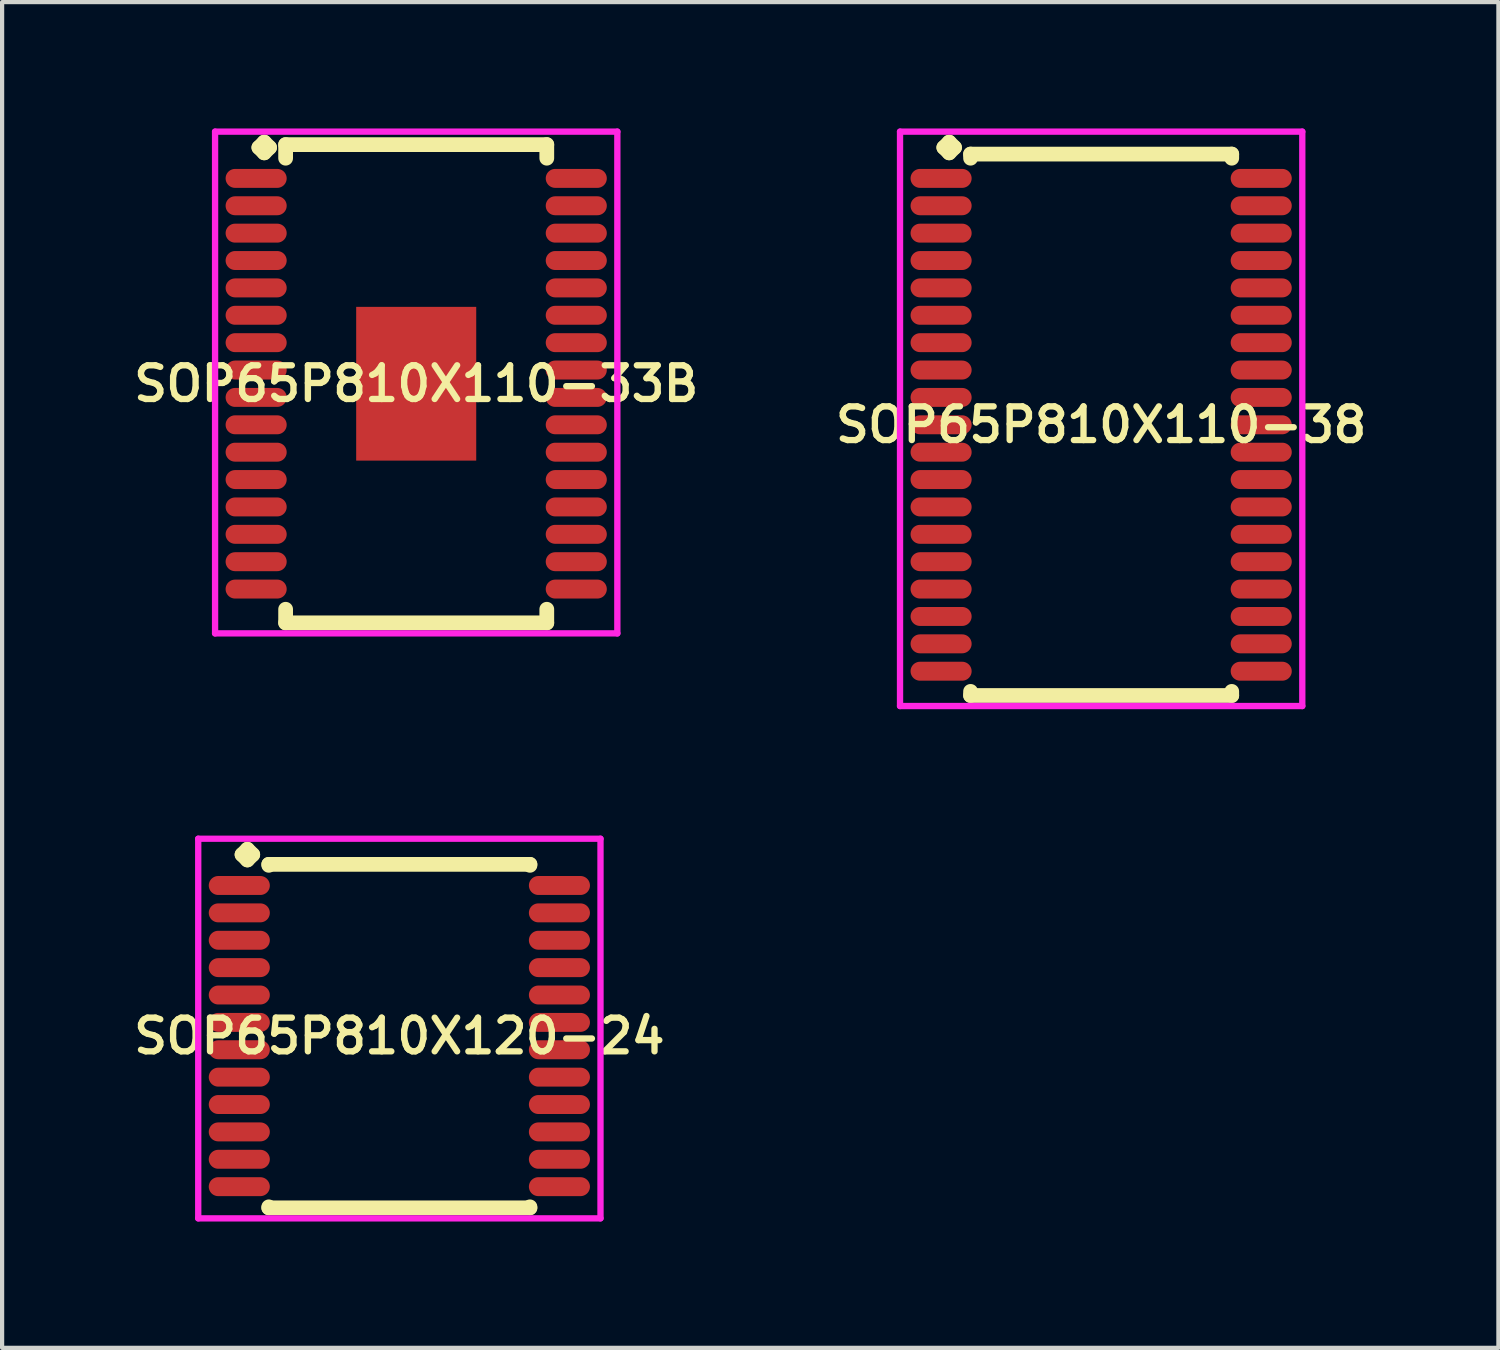
<source format=kicad_pcb>
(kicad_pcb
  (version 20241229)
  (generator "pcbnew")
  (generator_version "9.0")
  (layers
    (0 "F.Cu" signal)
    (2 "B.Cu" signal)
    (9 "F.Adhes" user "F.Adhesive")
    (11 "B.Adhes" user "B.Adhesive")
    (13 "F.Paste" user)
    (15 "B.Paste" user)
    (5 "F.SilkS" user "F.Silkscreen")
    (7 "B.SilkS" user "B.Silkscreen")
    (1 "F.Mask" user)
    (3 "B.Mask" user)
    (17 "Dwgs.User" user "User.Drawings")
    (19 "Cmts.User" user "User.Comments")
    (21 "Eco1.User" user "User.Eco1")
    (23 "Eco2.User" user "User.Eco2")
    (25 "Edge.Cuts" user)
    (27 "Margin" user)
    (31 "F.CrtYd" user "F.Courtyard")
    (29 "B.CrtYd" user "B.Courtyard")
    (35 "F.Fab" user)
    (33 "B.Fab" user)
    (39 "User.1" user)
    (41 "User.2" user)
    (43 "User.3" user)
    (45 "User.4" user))
  (footprint "SOP65P810X110-33B"
    (layer "F.Cu")
    (at 6.831 6.06)
    (property "Reference" "SOP65P810X110-33B" (at 0 0 0) (layer "F.SilkS") (effects (font (size 0.8 0.8) (thickness 0.15))))
    (attr smd)
    (fp_line (start -3.735 -5.608) (end -3.608 -5.735) (stroke (width 0.35) (type solid)) (layer "F.SilkS"))
    (fp_line (start -3.608 -5.735) (end -3.481 -5.608) (stroke (width 0.35) (type solid)) (layer "F.SilkS"))
    (fp_line (start -3.608 -5.481) (end -3.735 -5.608) (stroke (width 0.35) (type solid)) (layer "F.SilkS"))
    (fp_line (start -3.481 -5.608) (end -3.608 -5.481) (stroke (width 0.35) (type solid)) (layer "F.SilkS"))
    (fp_line (start -3.1 -5.677) (end 3.1 -5.677) (stroke (width 0.35) (type solid)) (layer "F.SilkS"))
    (fp_line (start -3.1 -5.354) (end -3.1 -5.677) (stroke (width 0.35) (type solid)) (layer "F.SilkS"))
    (fp_line (start -3.1 5.354) (end -3.1 5.677) (stroke (width 0.35) (type solid)) (layer "F.SilkS"))
    (fp_line (start -3.1 5.677) (end 3.1 5.677) (stroke (width 0.35) (type solid)) (layer "F.SilkS"))
    (fp_line (start 3.1 -5.677) (end 3.1 -5.354) (stroke (width 0.35) (type solid)) (layer "F.SilkS"))
    (fp_line (start 3.1 5.677) (end 3.1 5.354) (stroke (width 0.35) (type solid)) (layer "F.SilkS"))
    (fp_line (start -4.775 -5.985) (end 4.775 -5.985) (stroke (width 0.15) (type solid)) (layer "F.CrtYd"))
    (fp_line (start -4.775 5.927) (end -4.775 -5.985) (stroke (width 0.15) (type solid)) (layer "F.CrtYd"))
    (fp_line (start 4.775 -5.985) (end 4.775 5.927) (stroke (width 0.15) (type solid)) (layer "F.CrtYd"))
    (fp_line (start 4.775 5.927) (end -4.775 5.927) (stroke (width 0.15) (type solid)) (layer "F.CrtYd"))
    (pad "1" smd oval (at -3.8 -4.875) (size 1.45 0.45) (layers "F.Cu" "F.Mask" "F.Paste"))
    (pad "2" smd oval (at -3.8 -4.225) (size 1.45 0.45) (layers "F.Cu" "F.Mask" "F.Paste"))
    (pad "3" smd oval (at -3.8 -3.575) (size 1.45 0.45) (layers "F.Cu" "F.Mask" "F.Paste"))
    (pad "4" smd oval (at -3.8 -2.925) (size 1.45 0.45) (layers "F.Cu" "F.Mask" "F.Paste"))
    (pad "5" smd oval (at -3.8 -2.275) (size 1.45 0.45) (layers "F.Cu" "F.Mask" "F.Paste"))
    (pad "6" smd oval (at -3.8 -1.625) (size 1.45 0.45) (layers "F.Cu" "F.Mask" "F.Paste"))
    (pad "7" smd oval (at -3.8 -0.975) (size 1.45 0.45) (layers "F.Cu" "F.Mask" "F.Paste"))
    (pad "8" smd oval (at -3.8 -0.325) (size 1.45 0.45) (layers "F.Cu" "F.Mask" "F.Paste"))
    (pad "9" smd oval (at -3.8 0.325) (size 1.45 0.45) (layers "F.Cu" "F.Mask" "F.Paste"))
    (pad "10" smd oval (at -3.8 0.975) (size 1.45 0.45) (layers "F.Cu" "F.Mask" "F.Paste"))
    (pad "11" smd oval (at -3.8 1.625) (size 1.45 0.45) (layers "F.Cu" "F.Mask" "F.Paste"))
    (pad "12" smd oval (at -3.8 2.275) (size 1.45 0.45) (layers "F.Cu" "F.Mask" "F.Paste"))
    (pad "13" smd oval (at -3.8 2.925) (size 1.45 0.45) (layers "F.Cu" "F.Mask" "F.Paste"))
    (pad "14" smd oval (at -3.8 3.575) (size 1.45 0.45) (layers "F.Cu" "F.Mask" "F.Paste"))
    (pad "15" smd oval (at -3.8 4.225) (size 1.45 0.45) (layers "F.Cu" "F.Mask" "F.Paste"))
    (pad "16" smd oval (at -3.8 4.875) (size 1.45 0.45) (layers "F.Cu" "F.Mask" "F.Paste"))
    (pad "17" smd oval (at 3.8 4.875) (size 1.45 0.45) (layers "F.Cu" "F.Mask" "F.Paste"))
    (pad "18" smd oval (at 3.8 4.225) (size 1.45 0.45) (layers "F.Cu" "F.Mask" "F.Paste"))
    (pad "19" smd oval (at 3.8 3.575) (size 1.45 0.45) (layers "F.Cu" "F.Mask" "F.Paste"))
    (pad "20" smd oval (at 3.8 2.925) (size 1.45 0.45) (layers "F.Cu" "F.Mask" "F.Paste"))
    (pad "21" smd oval (at 3.8 2.275) (size 1.45 0.45) (layers "F.Cu" "F.Mask" "F.Paste"))
    (pad "22" smd oval (at 3.8 1.625) (size 1.45 0.45) (layers "F.Cu" "F.Mask" "F.Paste"))
    (pad "23" smd oval (at 3.8 0.975) (size 1.45 0.45) (layers "F.Cu" "F.Mask" "F.Paste"))
    (pad "24" smd oval (at 3.8 0.325) (size 1.45 0.45) (layers "F.Cu" "F.Mask" "F.Paste"))
    (pad "25" smd oval (at 3.8 -0.325) (size 1.45 0.45) (layers "F.Cu" "F.Mask" "F.Paste"))
    (pad "26" smd oval (at 3.8 -0.975) (size 1.45 0.45) (layers "F.Cu" "F.Mask" "F.Paste"))
    (pad "27" smd oval (at 3.8 -1.625) (size 1.45 0.45) (layers "F.Cu" "F.Mask" "F.Paste"))
    (pad "28" smd oval (at 3.8 -2.275) (size 1.45 0.45) (layers "F.Cu" "F.Mask" "F.Paste"))
    (pad "29" smd oval (at 3.8 -2.925) (size 1.45 0.45) (layers "F.Cu" "F.Mask" "F.Paste"))
    (pad "30" smd oval (at 3.8 -3.575) (size 1.45 0.45) (layers "F.Cu" "F.Mask" "F.Paste"))
    (pad "31" smd oval (at 3.8 -4.225) (size 1.45 0.45) (layers "F.Cu" "F.Mask" "F.Paste"))
    (pad "32" smd oval (at 3.8 -4.875) (size 1.45 0.45) (layers "F.Cu" "F.Mask" "F.Paste"))
    (pad "33" smd rect (at 0 0) (size 2.85 3.65) (layers "F.Cu" "F.Mask" "F.Paste")))
  (footprint "SOP65P810X120-24"
    (layer "F.Cu")
    (at 6.431 21.547)
    (property "Reference" "SOP65P810X120-24" (at 0 0 0) (layer "F.SilkS") (effects (font (size 0.8 0.8) (thickness 0.15))))
    (attr smd)
    (fp_line (start -3.735 -4.308) (end -3.608 -4.435) (stroke (width 0.35) (type solid)) (layer "F.SilkS"))
    (fp_line (start -3.608 -4.435) (end -3.481 -4.308) (stroke (width 0.35) (type solid)) (layer "F.SilkS"))
    (fp_line (start -3.608 -4.181) (end -3.735 -4.308) (stroke (width 0.35) (type solid)) (layer "F.SilkS"))
    (fp_line (start -3.481 -4.308) (end -3.608 -4.181) (stroke (width 0.35) (type solid)) (layer "F.SilkS"))
    (fp_line (start -3.1 -4.077) (end 3.1 -4.077) (stroke (width 0.35) (type solid)) (layer "F.SilkS"))
    (fp_line (start -3.1 -4.054) (end -3.1 -4.077) (stroke (width 0.35) (type solid)) (layer "F.SilkS"))
    (fp_line (start -3.1 4.054) (end -3.1 4.077) (stroke (width 0.35) (type solid)) (layer "F.SilkS"))
    (fp_line (start -3.1 4.077) (end 3.1 4.077) (stroke (width 0.35) (type solid)) (layer "F.SilkS"))
    (fp_line (start 3.1 -4.077) (end 3.1 -4.054) (stroke (width 0.35) (type solid)) (layer "F.SilkS"))
    (fp_line (start 3.1 4.077) (end 3.1 4.054) (stroke (width 0.35) (type solid)) (layer "F.SilkS"))
    (fp_line (start -4.775 -4.685) (end 4.775 -4.685) (stroke (width 0.15) (type solid)) (layer "F.CrtYd"))
    (fp_line (start -4.775 4.327) (end -4.775 -4.685) (stroke (width 0.15) (type solid)) (layer "F.CrtYd"))
    (fp_line (start 4.775 -4.685) (end 4.775 4.327) (stroke (width 0.15) (type solid)) (layer "F.CrtYd"))
    (fp_line (start 4.775 4.327) (end -4.775 4.327) (stroke (width 0.15) (type solid)) (layer "F.CrtYd"))
    (pad "1" smd oval (at -3.8 -3.575) (size 1.45 0.45) (layers "F.Cu" "F.Mask" "F.Paste"))
    (pad "2" smd oval (at -3.8 -2.925) (size 1.45 0.45) (layers "F.Cu" "F.Mask" "F.Paste"))
    (pad "3" smd oval (at -3.8 -2.275) (size 1.45 0.45) (layers "F.Cu" "F.Mask" "F.Paste"))
    (pad "4" smd oval (at -3.8 -1.625) (size 1.45 0.45) (layers "F.Cu" "F.Mask" "F.Paste"))
    (pad "5" smd oval (at -3.8 -0.975) (size 1.45 0.45) (layers "F.Cu" "F.Mask" "F.Paste"))
    (pad "6" smd oval (at -3.8 -0.325) (size 1.45 0.45) (layers "F.Cu" "F.Mask" "F.Paste"))
    (pad "7" smd oval (at -3.8 0.325) (size 1.45 0.45) (layers "F.Cu" "F.Mask" "F.Paste"))
    (pad "8" smd oval (at -3.8 0.975) (size 1.45 0.45) (layers "F.Cu" "F.Mask" "F.Paste"))
    (pad "9" smd oval (at -3.8 1.625) (size 1.45 0.45) (layers "F.Cu" "F.Mask" "F.Paste"))
    (pad "10" smd oval (at -3.8 2.275) (size 1.45 0.45) (layers "F.Cu" "F.Mask" "F.Paste"))
    (pad "11" smd oval (at -3.8 2.925) (size 1.45 0.45) (layers "F.Cu" "F.Mask" "F.Paste"))
    (pad "12" smd oval (at -3.8 3.575) (size 1.45 0.45) (layers "F.Cu" "F.Mask" "F.Paste"))
    (pad "13" smd oval (at 3.8 3.575) (size 1.45 0.45) (layers "F.Cu" "F.Mask" "F.Paste"))
    (pad "14" smd oval (at 3.8 2.925) (size 1.45 0.45) (layers "F.Cu" "F.Mask" "F.Paste"))
    (pad "15" smd oval (at 3.8 2.275) (size 1.45 0.45) (layers "F.Cu" "F.Mask" "F.Paste"))
    (pad "16" smd oval (at 3.8 1.625) (size 1.45 0.45) (layers "F.Cu" "F.Mask" "F.Paste"))
    (pad "17" smd oval (at 3.8 0.975) (size 1.45 0.45) (layers "F.Cu" "F.Mask" "F.Paste"))
    (pad "18" smd oval (at 3.8 0.325) (size 1.45 0.45) (layers "F.Cu" "F.Mask" "F.Paste"))
    (pad "19" smd oval (at 3.8 -0.325) (size 1.45 0.45) (layers "F.Cu" "F.Mask" "F.Paste"))
    (pad "20" smd oval (at 3.8 -0.975) (size 1.45 0.45) (layers "F.Cu" "F.Mask" "F.Paste"))
    (pad "21" smd oval (at 3.8 -1.625) (size 1.45 0.45) (layers "F.Cu" "F.Mask" "F.Paste"))
    (pad "22" smd oval (at 3.8 -2.275) (size 1.45 0.45) (layers "F.Cu" "F.Mask" "F.Paste"))
    (pad "23" smd oval (at 3.8 -2.925) (size 1.45 0.45) (layers "F.Cu" "F.Mask" "F.Paste"))
    (pad "24" smd oval (at 3.8 -3.575) (size 1.45 0.45) (layers "F.Cu" "F.Mask" "F.Paste")))
  (footprint "SOP65P810X110-38"
    (layer "F.Cu")
    (at 23.092 7.035)
    (property "Reference" "SOP65P810X110-38" (at 0 0 0) (layer "F.SilkS") (effects (font (size 0.8 0.8) (thickness 0.15))))
    (attr smd)
    (fp_line (start -3.735 -6.583) (end -3.608 -6.71) (stroke (width 0.35) (type solid)) (layer "F.SilkS"))
    (fp_line (start -3.608 -6.71) (end -3.481 -6.583) (stroke (width 0.35) (type solid)) (layer "F.SilkS"))
    (fp_line (start -3.608 -6.456) (end -3.735 -6.583) (stroke (width 0.35) (type solid)) (layer "F.SilkS"))
    (fp_line (start -3.481 -6.583) (end -3.608 -6.456) (stroke (width 0.35) (type solid)) (layer "F.SilkS"))
    (fp_line (start -3.1 -6.427) (end 3.1 -6.427) (stroke (width 0.35) (type solid)) (layer "F.SilkS"))
    (fp_line (start -3.1 -6.329) (end -3.1 -6.427) (stroke (width 0.35) (type solid)) (layer "F.SilkS"))
    (fp_line (start -3.1 6.329) (end -3.1 6.427) (stroke (width 0.35) (type solid)) (layer "F.SilkS"))
    (fp_line (start -3.1 6.427) (end 3.1 6.427) (stroke (width 0.35) (type solid)) (layer "F.SilkS"))
    (fp_line (start 3.1 -6.427) (end 3.1 -6.329) (stroke (width 0.35) (type solid)) (layer "F.SilkS"))
    (fp_line (start 3.1 6.427) (end 3.1 6.329) (stroke (width 0.35) (type solid)) (layer "F.SilkS"))
    (fp_line (start -4.775 -6.96) (end 4.775 -6.96) (stroke (width 0.15) (type solid)) (layer "F.CrtYd"))
    (fp_line (start -4.775 6.677) (end -4.775 -6.96) (stroke (width 0.15) (type solid)) (layer "F.CrtYd"))
    (fp_line (start 4.775 -6.96) (end 4.775 6.677) (stroke (width 0.15) (type solid)) (layer "F.CrtYd"))
    (fp_line (start 4.775 6.677) (end -4.775 6.677) (stroke (width 0.15) (type solid)) (layer "F.CrtYd"))
    (pad "1" smd oval (at -3.8 -5.85) (size 1.45 0.45) (layers "F.Cu" "F.Mask" "F.Paste"))
    (pad "2" smd oval (at -3.8 -5.2) (size 1.45 0.45) (layers "F.Cu" "F.Mask" "F.Paste"))
    (pad "3" smd oval (at -3.8 -4.55) (size 1.45 0.45) (layers "F.Cu" "F.Mask" "F.Paste"))
    (pad "4" smd oval (at -3.8 -3.9) (size 1.45 0.45) (layers "F.Cu" "F.Mask" "F.Paste"))
    (pad "5" smd oval (at -3.8 -3.25) (size 1.45 0.45) (layers "F.Cu" "F.Mask" "F.Paste"))
    (pad "6" smd oval (at -3.8 -2.6) (size 1.45 0.45) (layers "F.Cu" "F.Mask" "F.Paste"))
    (pad "7" smd oval (at -3.8 -1.95) (size 1.45 0.45) (layers "F.Cu" "F.Mask" "F.Paste"))
    (pad "8" smd oval (at -3.8 -1.3) (size 1.45 0.45) (layers "F.Cu" "F.Mask" "F.Paste"))
    (pad "9" smd oval (at -3.8 -0.65) (size 1.45 0.45) (layers "F.Cu" "F.Mask" "F.Paste"))
    (pad "10" smd oval (at -3.8 0) (size 1.45 0.45) (layers "F.Cu" "F.Mask" "F.Paste"))
    (pad "11" smd oval (at -3.8 0.65) (size 1.45 0.45) (layers "F.Cu" "F.Mask" "F.Paste"))
    (pad "12" smd oval (at -3.8 1.3) (size 1.45 0.45) (layers "F.Cu" "F.Mask" "F.Paste"))
    (pad "13" smd oval (at -3.8 1.95) (size 1.45 0.45) (layers "F.Cu" "F.Mask" "F.Paste"))
    (pad "14" smd oval (at -3.8 2.6) (size 1.45 0.45) (layers "F.Cu" "F.Mask" "F.Paste"))
    (pad "15" smd oval (at -3.8 3.25) (size 1.45 0.45) (layers "F.Cu" "F.Mask" "F.Paste"))
    (pad "16" smd oval (at -3.8 3.9) (size 1.45 0.45) (layers "F.Cu" "F.Mask" "F.Paste"))
    (pad "17" smd oval (at -3.8 4.55) (size 1.45 0.45) (layers "F.Cu" "F.Mask" "F.Paste"))
    (pad "18" smd oval (at -3.8 5.2) (size 1.45 0.45) (layers "F.Cu" "F.Mask" "F.Paste"))
    (pad "19" smd oval (at -3.8 5.85) (size 1.45 0.45) (layers "F.Cu" "F.Mask" "F.Paste"))
    (pad "20" smd oval (at 3.8 5.85) (size 1.45 0.45) (layers "F.Cu" "F.Mask" "F.Paste"))
    (pad "21" smd oval (at 3.8 5.2) (size 1.45 0.45) (layers "F.Cu" "F.Mask" "F.Paste"))
    (pad "22" smd oval (at 3.8 4.55) (size 1.45 0.45) (layers "F.Cu" "F.Mask" "F.Paste"))
    (pad "23" smd oval (at 3.8 3.9) (size 1.45 0.45) (layers "F.Cu" "F.Mask" "F.Paste"))
    (pad "24" smd oval (at 3.8 3.25) (size 1.45 0.45) (layers "F.Cu" "F.Mask" "F.Paste"))
    (pad "25" smd oval (at 3.8 2.6) (size 1.45 0.45) (layers "F.Cu" "F.Mask" "F.Paste"))
    (pad "26" smd oval (at 3.8 1.95) (size 1.45 0.45) (layers "F.Cu" "F.Mask" "F.Paste"))
    (pad "27" smd oval (at 3.8 1.3) (size 1.45 0.45) (layers "F.Cu" "F.Mask" "F.Paste"))
    (pad "28" smd oval (at 3.8 0.65) (size 1.45 0.45) (layers "F.Cu" "F.Mask" "F.Paste"))
    (pad "29" smd oval (at 3.8 0) (size 1.45 0.45) (layers "F.Cu" "F.Mask" "F.Paste"))
    (pad "30" smd oval (at 3.8 -0.65) (size 1.45 0.45) (layers "F.Cu" "F.Mask" "F.Paste"))
    (pad "31" smd oval (at 3.8 -1.3) (size 1.45 0.45) (layers "F.Cu" "F.Mask" "F.Paste"))
    (pad "32" smd oval (at 3.8 -1.95) (size 1.45 0.45) (layers "F.Cu" "F.Mask" "F.Paste"))
    (pad "33" smd oval (at 3.8 -2.6) (size 1.45 0.45) (layers "F.Cu" "F.Mask" "F.Paste"))
    (pad "34" smd oval (at 3.8 -3.25) (size 1.45 0.45) (layers "F.Cu" "F.Mask" "F.Paste"))
    (pad "35" smd oval (at 3.8 -3.9) (size 1.45 0.45) (layers "F.Cu" "F.Mask" "F.Paste"))
    (pad "36" smd oval (at 3.8 -4.55) (size 1.45 0.45) (layers "F.Cu" "F.Mask" "F.Paste"))
    (pad "37" smd oval (at 3.8 -5.2) (size 1.45 0.45) (layers "F.Cu" "F.Mask" "F.Paste"))
    (pad "38" smd oval (at 3.8 -5.85) (size 1.45 0.45) (layers "F.Cu" "F.Mask" "F.Paste")))
  (gr_rect
    (start -3 -3)
    (end 32.523 28.949)
    (stroke (width 0.1) (type default))
    (fill no)
    (layer "Edge.Cuts")))
</source>
